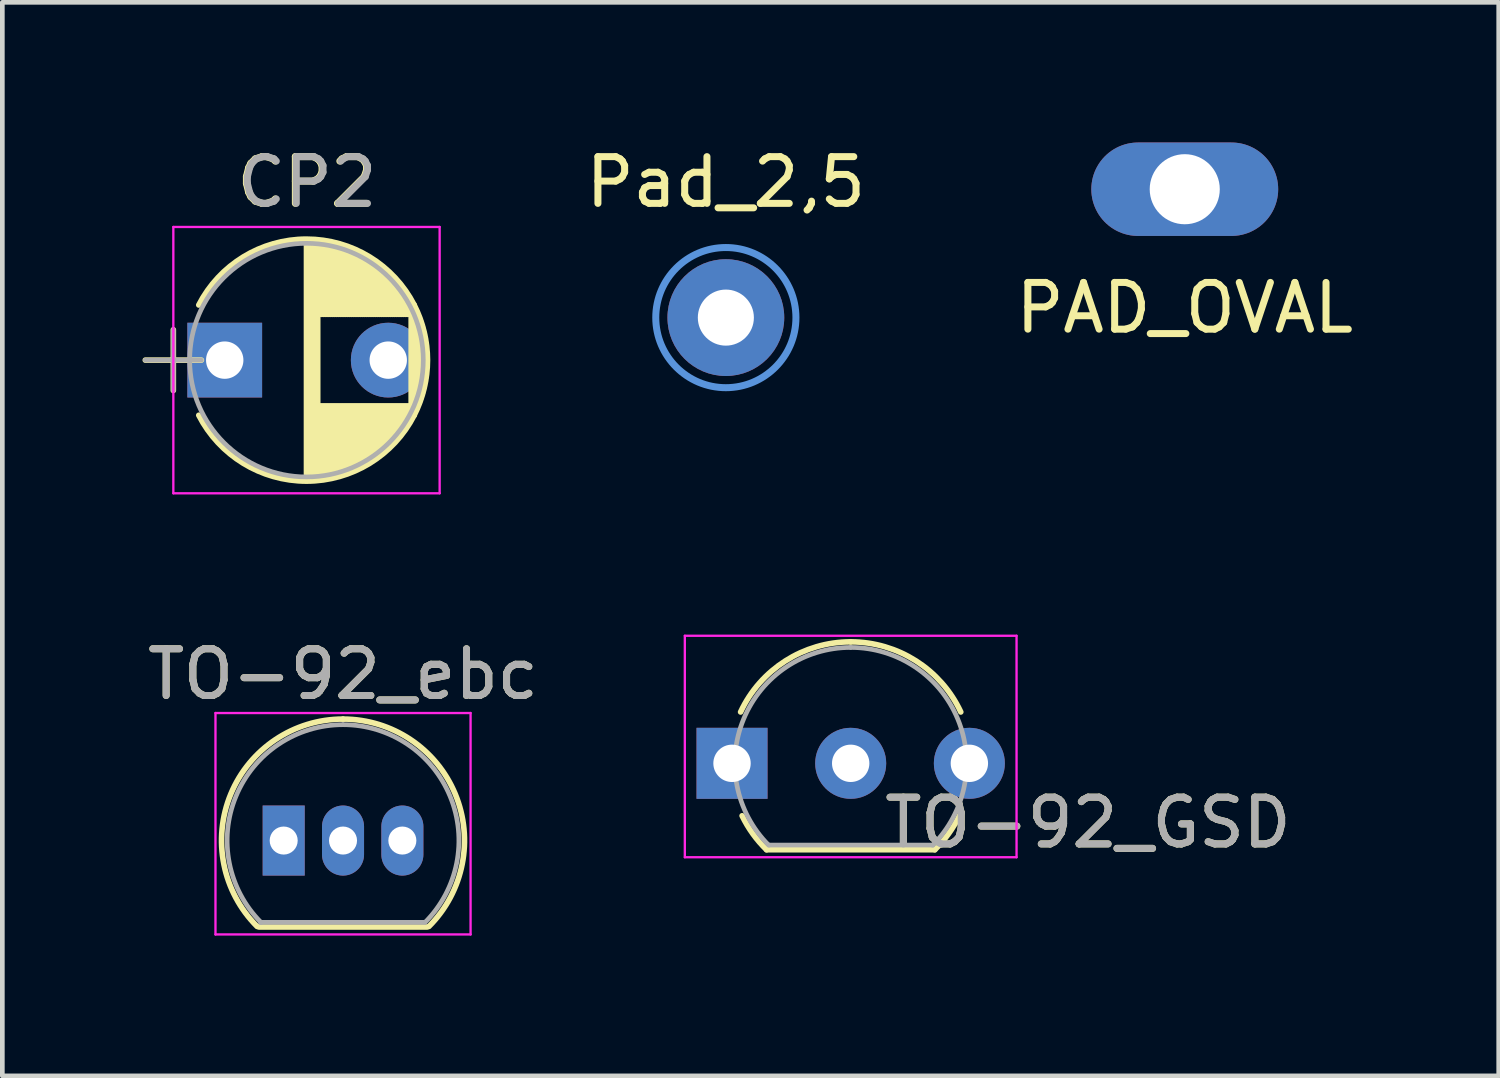
<source format=kicad_pcb>
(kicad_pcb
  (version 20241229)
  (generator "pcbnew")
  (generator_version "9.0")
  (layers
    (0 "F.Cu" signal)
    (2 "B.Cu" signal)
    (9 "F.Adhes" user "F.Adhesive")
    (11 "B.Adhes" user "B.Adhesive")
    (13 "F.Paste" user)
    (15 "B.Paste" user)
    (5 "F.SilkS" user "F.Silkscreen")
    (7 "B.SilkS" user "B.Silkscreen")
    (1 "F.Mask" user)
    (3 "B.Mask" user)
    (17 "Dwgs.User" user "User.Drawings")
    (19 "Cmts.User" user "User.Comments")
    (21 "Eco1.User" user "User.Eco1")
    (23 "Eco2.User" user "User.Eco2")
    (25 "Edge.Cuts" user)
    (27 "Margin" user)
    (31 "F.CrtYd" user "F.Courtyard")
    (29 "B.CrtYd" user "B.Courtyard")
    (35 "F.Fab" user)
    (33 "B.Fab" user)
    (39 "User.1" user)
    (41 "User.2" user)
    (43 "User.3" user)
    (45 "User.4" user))
  (footprint "PAD_OVAL"
    (layer "F.Cu")
    (at 22.308 1)
    (property "Reference" "PAD_OVAL" (at 0 2.54 0) (layer "F.SilkS") (effects (font (size 1 1) (thickness 0.15))))
    (attr through_hole)
    (pad "1" thru_hole oval (at 0 0) (size 4 2) (drill 1.5) (layers "*.Cu" "*.Mask")))
  (footprint "TO-92_ebc"
    (layer "F.Cu")
    (at 3.022 14.941)
    (property "Reference" "TO-92_ebc" (at 1.27 -3.56 0) (layer "F.SilkS") (effects (font (size 1 1) (thickness 0.15))))
    (attr through_hole)
    (fp_line (start -0.53 1.85) (end 3.07 1.85) (stroke (width 0.12) (type solid)) (layer "F.SilkS"))
    (fp_arc (start -0.568478 1.838478) (mid -1.132087 -0.994977) (end 1.27 -2.6) (stroke (width 0.12) (type solid)) (layer "F.SilkS"))
    (fp_arc (start 1.27 -2.6) (mid 3.672087 -0.994977) (end 3.108478 1.838478) (stroke (width 0.12) (type solid)) (layer "F.SilkS"))
    (fp_line (start -1.46 -2.73) (end -1.46 2.01) (stroke (width 0.05) (type solid)) (layer "F.CrtYd"))
    (fp_line (start -1.46 -2.73) (end 4 -2.73) (stroke (width 0.05) (type solid)) (layer "F.CrtYd"))
    (fp_line (start 4 2.01) (end -1.46 2.01) (stroke (width 0.05) (type solid)) (layer "F.CrtYd"))
    (fp_line (start 4 2.01) (end 4 -2.73) (stroke (width 0.05) (type solid)) (layer "F.CrtYd"))
    (fp_line (start -0.5 1.75) (end 3 1.75) (stroke (width 0.1) (type solid)) (layer "F.Fab"))
    (fp_arc (start -0.483625 1.753625) (mid -1.021221 -0.949055) (end 1.27 -2.48) (stroke (width 0.1) (type solid)) (layer "F.Fab"))
    (fp_arc (start 1.27 -2.48) (mid 3.561221 -0.949055) (end 3.023625 1.753625) (stroke (width 0.1) (type solid)) (layer "F.Fab"))
    (fp_text user "${REFERENCE}" (at 1.27 -3.56 0) (layer "F.Fab") (effects (font (size 1 1) (thickness 0.15))))
    (pad "1" thru_hole oval (at 1.27 0 180) (size 0.9 1.5) (drill 0.6) (layers "*.Cu" "*.Mask"))
    (pad "2" thru_hole oval (at 2.54 0 180) (size 0.9 1.5) (drill 0.6) (layers "*.Cu" "*.Mask"))
    (pad "3" thru_hole rect (at 0 0 180) (size 0.9 1.5) (drill 0.6) (layers "*.Cu" "*.Mask")))
  (footprint "TO-92_GSD"
    (layer "F.Cu")
    (at 12.618 13.288)
    (property "Reference" "TO-92_GSD" (at 7.62 1.27 180) (layer "F.SilkS") (effects (font (size 1 1) (thickness 0.15))))
    (attr through_hole)
    (fp_line (start 0.74 1.85) (end 4.34 1.85) (stroke (width 0.12) (type solid)) (layer "F.SilkS"))
    (fp_arc (start 0.1836 -1.098807) (mid 1.143021 -2.192817) (end 2.54 -2.6) (stroke (width 0.12) (type solid)) (layer "F.SilkS"))
    (fp_arc (start 0.74 1.85) (mid 0.446097 1.509328) (end 0.215816 1.122795) (stroke (width 0.12) (type solid)) (layer "F.SilkS"))
    (fp_arc (start 2.54 -2.6) (mid 3.936979 -2.192818) (end 4.8964 -1.098807) (stroke (width 0.12) (type solid)) (layer "F.SilkS"))
    (fp_arc (start 4.864184 1.122795) (mid 4.633903 1.509328) (end 4.34 1.85) (stroke (width 0.12) (type solid)) (layer "F.SilkS"))
    (fp_line (start -1.01 -2.73) (end -1.01 2.01) (stroke (width 0.05) (type solid)) (layer "F.CrtYd"))
    (fp_line (start -1.01 -2.73) (end 6.09 -2.73) (stroke (width 0.05) (type solid)) (layer "F.CrtYd"))
    (fp_line (start 6.09 2.01) (end -1.01 2.01) (stroke (width 0.05) (type solid)) (layer "F.CrtYd"))
    (fp_line (start 6.09 2.01) (end 6.09 -2.73) (stroke (width 0.05) (type solid)) (layer "F.CrtYd"))
    (fp_line (start 0.8 1.75) (end 4.3 1.75) (stroke (width 0.1) (type solid)) (layer "F.Fab"))
    (fp_arc (start 0.786375 1.753625) (mid 0.248779 -0.949055) (end 2.54 -2.48) (stroke (width 0.1) (type solid)) (layer "F.Fab"))
    (fp_arc (start 2.54 -2.48) (mid 4.831221 -0.949055) (end 4.293625 1.753625) (stroke (width 0.1) (type solid)) (layer "F.Fab"))
    (fp_text user "${REFERENCE}" (at 7.62 1.27 180) (layer "F.Fab") (effects (font (size 1 1) (thickness 0.15))))
    (pad "1" thru_hole rect (at 0 0 90) (size 1.52 1.52) (drill 0.8) (layers "*.Cu" "*.Mask"))
    (pad "2" thru_hole circle (at 2.54 0 90) (size 1.52 1.52) (drill 0.8) (layers "*.Cu" "*.Mask"))
    (pad "3" thru_hole circle (at 5.08 0 90) (size 1.52 1.52) (drill 0.8) (layers "*.Cu" "*.Mask")))
  (footprint "Pad_2,5"
    (layer "F.Cu")
    (at 12.486 3.748)
    (property "Reference" "Pad_2,5" (at 0 -2.9 0) (layer "F.SilkS") (effects (font (size 1 1) (thickness 0.15))))
    (attr through_hole)
    (fp_circle (center 0 0) (end 1.5 0) (stroke (width 0.15) (type solid)) (fill no) (layer "Cmts.User"))
    (pad "1" thru_hole circle (at 0 0) (size 2.5 2.5) (drill 1.2) (layers "*.Cu" "*.Mask")))
  (footprint "CP2"
    (layer "F.Cu")
    (at 2.26 4.658)
    (property "Reference" "CP2" (at 1.25 -3.81 0) (layer "F.SilkS") (effects (font (size 1 1) (thickness 0.15))))
    (attr through_hole)
    (fp_line (start -2.2 0) (end -1 0) (stroke (width 0.12) (type solid)) (layer "F.SilkS"))
    (fp_line (start -1.6 -0.65) (end -1.6 0.65) (stroke (width 0.12) (type solid)) (layer "F.SilkS"))
    (fp_line (start 1.25 -2.55) (end 1.25 2.55) (stroke (width 0.12) (type solid)) (layer "F.SilkS"))
    (fp_line (start 1.29 -2.55) (end 1.29 2.55) (stroke (width 0.12) (type solid)) (layer "F.SilkS"))
    (fp_line (start 1.33 -2.549) (end 1.33 2.549) (stroke (width 0.12) (type solid)) (layer "F.SilkS"))
    (fp_line (start 1.37 -2.548) (end 1.37 2.548) (stroke (width 0.12) (type solid)) (layer "F.SilkS"))
    (fp_line (start 1.41 -2.546) (end 1.41 2.546) (stroke (width 0.12) (type solid)) (layer "F.SilkS"))
    (fp_line (start 1.45 -2.543) (end 1.45 2.543) (stroke (width 0.12) (type solid)) (layer "F.SilkS"))
    (fp_line (start 1.49 -2.539) (end 1.49 2.539) (stroke (width 0.12) (type solid)) (layer "F.SilkS"))
    (fp_line (start 1.53 -2.535) (end 1.53 -0.98) (stroke (width 0.12) (type solid)) (layer "F.SilkS"))
    (fp_line (start 1.53 0.98) (end 1.53 2.535) (stroke (width 0.12) (type solid)) (layer "F.SilkS"))
    (fp_line (start 1.57 -2.531) (end 1.57 -0.98) (stroke (width 0.12) (type solid)) (layer "F.SilkS"))
    (fp_line (start 1.57 0.98) (end 1.57 2.531) (stroke (width 0.12) (type solid)) (layer "F.SilkS"))
    (fp_line (start 1.61 -2.525) (end 1.61 -0.98) (stroke (width 0.12) (type solid)) (layer "F.SilkS"))
    (fp_line (start 1.61 0.98) (end 1.61 2.525) (stroke (width 0.12) (type solid)) (layer "F.SilkS"))
    (fp_line (start 1.65 -2.519) (end 1.65 -0.98) (stroke (width 0.12) (type solid)) (layer "F.SilkS"))
    (fp_line (start 1.65 0.98) (end 1.65 2.519) (stroke (width 0.12) (type solid)) (layer "F.SilkS"))
    (fp_line (start 1.69 -2.513) (end 1.69 -0.98) (stroke (width 0.12) (type solid)) (layer "F.SilkS"))
    (fp_line (start 1.69 0.98) (end 1.69 2.513) (stroke (width 0.12) (type solid)) (layer "F.SilkS"))
    (fp_line (start 1.73 -2.506) (end 1.73 -0.98) (stroke (width 0.12) (type solid)) (layer "F.SilkS"))
    (fp_line (start 1.73 0.98) (end 1.73 2.506) (stroke (width 0.12) (type solid)) (layer "F.SilkS"))
    (fp_line (start 1.77 -2.498) (end 1.77 -0.98) (stroke (width 0.12) (type solid)) (layer "F.SilkS"))
    (fp_line (start 1.77 0.98) (end 1.77 2.498) (stroke (width 0.12) (type solid)) (layer "F.SilkS"))
    (fp_line (start 1.81 -2.489) (end 1.81 -0.98) (stroke (width 0.12) (type solid)) (layer "F.SilkS"))
    (fp_line (start 1.81 0.98) (end 1.81 2.489) (stroke (width 0.12) (type solid)) (layer "F.SilkS"))
    (fp_line (start 1.85 -2.48) (end 1.85 -0.98) (stroke (width 0.12) (type solid)) (layer "F.SilkS"))
    (fp_line (start 1.85 0.98) (end 1.85 2.48) (stroke (width 0.12) (type solid)) (layer "F.SilkS"))
    (fp_line (start 1.89 -2.47) (end 1.89 -0.98) (stroke (width 0.12) (type solid)) (layer "F.SilkS"))
    (fp_line (start 1.89 0.98) (end 1.89 2.47) (stroke (width 0.12) (type solid)) (layer "F.SilkS"))
    (fp_line (start 1.93 -2.46) (end 1.93 -0.98) (stroke (width 0.12) (type solid)) (layer "F.SilkS"))
    (fp_line (start 1.93 0.98) (end 1.93 2.46) (stroke (width 0.12) (type solid)) (layer "F.SilkS"))
    (fp_line (start 1.971 -2.448) (end 1.971 -0.98) (stroke (width 0.12) (type solid)) (layer "F.SilkS"))
    (fp_line (start 1.971 0.98) (end 1.971 2.448) (stroke (width 0.12) (type solid)) (layer "F.SilkS"))
    (fp_line (start 2.011 -2.436) (end 2.011 -0.98) (stroke (width 0.12) (type solid)) (layer "F.SilkS"))
    (fp_line (start 2.011 0.98) (end 2.011 2.436) (stroke (width 0.12) (type solid)) (layer "F.SilkS"))
    (fp_line (start 2.051 -2.424) (end 2.051 -0.98) (stroke (width 0.12) (type solid)) (layer "F.SilkS"))
    (fp_line (start 2.051 0.98) (end 2.051 2.424) (stroke (width 0.12) (type solid)) (layer "F.SilkS"))
    (fp_line (start 2.091 -2.41) (end 2.091 -0.98) (stroke (width 0.12) (type solid)) (layer "F.SilkS"))
    (fp_line (start 2.091 0.98) (end 2.091 2.41) (stroke (width 0.12) (type solid)) (layer "F.SilkS"))
    (fp_line (start 2.131 -2.396) (end 2.131 -0.98) (stroke (width 0.12) (type solid)) (layer "F.SilkS"))
    (fp_line (start 2.131 0.98) (end 2.131 2.396) (stroke (width 0.12) (type solid)) (layer "F.SilkS"))
    (fp_line (start 2.171 -2.382) (end 2.171 -0.98) (stroke (width 0.12) (type solid)) (layer "F.SilkS"))
    (fp_line (start 2.171 0.98) (end 2.171 2.382) (stroke (width 0.12) (type solid)) (layer "F.SilkS"))
    (fp_line (start 2.211 -2.366) (end 2.211 -0.98) (stroke (width 0.12) (type solid)) (layer "F.SilkS"))
    (fp_line (start 2.211 0.98) (end 2.211 2.366) (stroke (width 0.12) (type solid)) (layer "F.SilkS"))
    (fp_line (start 2.251 -2.35) (end 2.251 -0.98) (stroke (width 0.12) (type solid)) (layer "F.SilkS"))
    (fp_line (start 2.251 0.98) (end 2.251 2.35) (stroke (width 0.12) (type solid)) (layer "F.SilkS"))
    (fp_line (start 2.291 -2.333) (end 2.291 -0.98) (stroke (width 0.12) (type solid)) (layer "F.SilkS"))
    (fp_line (start 2.291 0.98) (end 2.291 2.333) (stroke (width 0.12) (type solid)) (layer "F.SilkS"))
    (fp_line (start 2.331 -2.315) (end 2.331 -0.98) (stroke (width 0.12) (type solid)) (layer "F.SilkS"))
    (fp_line (start 2.331 0.98) (end 2.331 2.315) (stroke (width 0.12) (type solid)) (layer "F.SilkS"))
    (fp_line (start 2.371 -2.296) (end 2.371 -0.98) (stroke (width 0.12) (type solid)) (layer "F.SilkS"))
    (fp_line (start 2.371 0.98) (end 2.371 2.296) (stroke (width 0.12) (type solid)) (layer "F.SilkS"))
    (fp_line (start 2.411 -2.276) (end 2.411 -0.98) (stroke (width 0.12) (type solid)) (layer "F.SilkS"))
    (fp_line (start 2.411 0.98) (end 2.411 2.276) (stroke (width 0.12) (type solid)) (layer "F.SilkS"))
    (fp_line (start 2.451 -2.256) (end 2.451 -0.98) (stroke (width 0.12) (type solid)) (layer "F.SilkS"))
    (fp_line (start 2.451 0.98) (end 2.451 2.256) (stroke (width 0.12) (type solid)) (layer "F.SilkS"))
    (fp_line (start 2.491 -2.234) (end 2.491 -0.98) (stroke (width 0.12) (type solid)) (layer "F.SilkS"))
    (fp_line (start 2.491 0.98) (end 2.491 2.234) (stroke (width 0.12) (type solid)) (layer "F.SilkS"))
    (fp_line (start 2.531 -2.212) (end 2.531 -0.98) (stroke (width 0.12) (type solid)) (layer "F.SilkS"))
    (fp_line (start 2.531 0.98) (end 2.531 2.212) (stroke (width 0.12) (type solid)) (layer "F.SilkS"))
    (fp_line (start 2.571 -2.189) (end 2.571 -0.98) (stroke (width 0.12) (type solid)) (layer "F.SilkS"))
    (fp_line (start 2.571 0.98) (end 2.571 2.189) (stroke (width 0.12) (type solid)) (layer "F.SilkS"))
    (fp_line (start 2.611 -2.165) (end 2.611 -0.98) (stroke (width 0.12) (type solid)) (layer "F.SilkS"))
    (fp_line (start 2.611 0.98) (end 2.611 2.165) (stroke (width 0.12) (type solid)) (layer "F.SilkS"))
    (fp_line (start 2.651 -2.14) (end 2.651 -0.98) (stroke (width 0.12) (type solid)) (layer "F.SilkS"))
    (fp_line (start 2.651 0.98) (end 2.651 2.14) (stroke (width 0.12) (type solid)) (layer "F.SilkS"))
    (fp_line (start 2.691 -2.113) (end 2.691 -0.98) (stroke (width 0.12) (type solid)) (layer "F.SilkS"))
    (fp_line (start 2.691 0.98) (end 2.691 2.113) (stroke (width 0.12) (type solid)) (layer "F.SilkS"))
    (fp_line (start 2.731 -2.086) (end 2.731 -0.98) (stroke (width 0.12) (type solid)) (layer "F.SilkS"))
    (fp_line (start 2.731 0.98) (end 2.731 2.086) (stroke (width 0.12) (type solid)) (layer "F.SilkS"))
    (fp_line (start 2.771 -2.058) (end 2.771 -0.98) (stroke (width 0.12) (type solid)) (layer "F.SilkS"))
    (fp_line (start 2.771 0.98) (end 2.771 2.058) (stroke (width 0.12) (type solid)) (layer "F.SilkS"))
    (fp_line (start 2.811 -2.028) (end 2.811 -0.98) (stroke (width 0.12) (type solid)) (layer "F.SilkS"))
    (fp_line (start 2.811 0.98) (end 2.811 2.028) (stroke (width 0.12) (type solid)) (layer "F.SilkS"))
    (fp_line (start 2.851 -1.997) (end 2.851 -0.98) (stroke (width 0.12) (type solid)) (layer "F.SilkS"))
    (fp_line (start 2.851 0.98) (end 2.851 1.997) (stroke (width 0.12) (type solid)) (layer "F.SilkS"))
    (fp_line (start 2.891 -1.965) (end 2.891 -0.98) (stroke (width 0.12) (type solid)) (layer "F.SilkS"))
    (fp_line (start 2.891 0.98) (end 2.891 1.965) (stroke (width 0.12) (type solid)) (layer "F.SilkS"))
    (fp_line (start 2.931 -1.932) (end 2.931 -0.98) (stroke (width 0.12) (type solid)) (layer "F.SilkS"))
    (fp_line (start 2.931 0.98) (end 2.931 1.932) (stroke (width 0.12) (type solid)) (layer "F.SilkS"))
    (fp_line (start 2.971 -1.897) (end 2.971 -0.98) (stroke (width 0.12) (type solid)) (layer "F.SilkS"))
    (fp_line (start 2.971 0.98) (end 2.971 1.897) (stroke (width 0.12) (type solid)) (layer "F.SilkS"))
    (fp_line (start 3.011 -1.861) (end 3.011 -0.98) (stroke (width 0.12) (type solid)) (layer "F.SilkS"))
    (fp_line (start 3.011 0.98) (end 3.011 1.861) (stroke (width 0.12) (type solid)) (layer "F.SilkS"))
    (fp_line (start 3.051 -1.823) (end 3.051 -0.98) (stroke (width 0.12) (type solid)) (layer "F.SilkS"))
    (fp_line (start 3.051 0.98) (end 3.051 1.823) (stroke (width 0.12) (type solid)) (layer "F.SilkS"))
    (fp_line (start 3.091 -1.783) (end 3.091 -0.98) (stroke (width 0.12) (type solid)) (layer "F.SilkS"))
    (fp_line (start 3.091 0.98) (end 3.091 1.783) (stroke (width 0.12) (type solid)) (layer "F.SilkS"))
    (fp_line (start 3.131 -1.742) (end 3.131 -0.98) (stroke (width 0.12) (type solid)) (layer "F.SilkS"))
    (fp_line (start 3.131 0.98) (end 3.131 1.742) (stroke (width 0.12) (type solid)) (layer "F.SilkS"))
    (fp_line (start 3.171 -1.699) (end 3.171 -0.98) (stroke (width 0.12) (type solid)) (layer "F.SilkS"))
    (fp_line (start 3.171 0.98) (end 3.171 1.699) (stroke (width 0.12) (type solid)) (layer "F.SilkS"))
    (fp_line (start 3.211 -1.654) (end 3.211 -0.98) (stroke (width 0.12) (type solid)) (layer "F.SilkS"))
    (fp_line (start 3.211 0.98) (end 3.211 1.654) (stroke (width 0.12) (type solid)) (layer "F.SilkS"))
    (fp_line (start 3.251 -1.606) (end 3.251 -0.98) (stroke (width 0.12) (type solid)) (layer "F.SilkS"))
    (fp_line (start 3.251 0.98) (end 3.251 1.606) (stroke (width 0.12) (type solid)) (layer "F.SilkS"))
    (fp_line (start 3.291 -1.556) (end 3.291 -0.98) (stroke (width 0.12) (type solid)) (layer "F.SilkS"))
    (fp_line (start 3.291 0.98) (end 3.291 1.556) (stroke (width 0.12) (type solid)) (layer "F.SilkS"))
    (fp_line (start 3.331 -1.504) (end 3.331 -0.98) (stroke (width 0.12) (type solid)) (layer "F.SilkS"))
    (fp_line (start 3.331 0.98) (end 3.331 1.504) (stroke (width 0.12) (type solid)) (layer "F.SilkS"))
    (fp_line (start 3.371 -1.448) (end 3.371 -0.98) (stroke (width 0.12) (type solid)) (layer "F.SilkS"))
    (fp_line (start 3.371 0.98) (end 3.371 1.448) (stroke (width 0.12) (type solid)) (layer "F.SilkS"))
    (fp_line (start 3.411 -1.39) (end 3.411 -0.98) (stroke (width 0.12) (type solid)) (layer "F.SilkS"))
    (fp_line (start 3.411 0.98) (end 3.411 1.39) (stroke (width 0.12) (type solid)) (layer "F.SilkS"))
    (fp_line (start 3.451 -1.327) (end 3.451 -0.98) (stroke (width 0.12) (type solid)) (layer "F.SilkS"))
    (fp_line (start 3.451 0.98) (end 3.451 1.327) (stroke (width 0.12) (type solid)) (layer "F.SilkS"))
    (fp_line (start 3.491 -1.261) (end 3.491 1.261) (stroke (width 0.12) (type solid)) (layer "F.SilkS"))
    (fp_line (start 3.531 -1.189) (end 3.531 1.189) (stroke (width 0.12) (type solid)) (layer "F.SilkS"))
    (fp_line (start 3.571 -1.112) (end 3.571 1.112) (stroke (width 0.12) (type solid)) (layer "F.SilkS"))
    (fp_line (start 3.611 -1.028) (end 3.611 1.028) (stroke (width 0.12) (type solid)) (layer "F.SilkS"))
    (fp_line (start 3.651 -0.934) (end 3.651 0.934) (stroke (width 0.12) (type solid)) (layer "F.SilkS"))
    (fp_line (start 3.691 -0.829) (end 3.691 0.829) (stroke (width 0.12) (type solid)) (layer "F.SilkS"))
    (fp_line (start 3.731 -0.707) (end 3.731 0.707) (stroke (width 0.12) (type solid)) (layer "F.SilkS"))
    (fp_line (start 3.771 -0.559) (end 3.771 0.559) (stroke (width 0.12) (type solid)) (layer "F.SilkS"))
    (fp_line (start 3.811 -0.354) (end 3.811 0.354) (stroke (width 0.12) (type solid)) (layer "F.SilkS"))
    (fp_arc (start -1.05558 -1.18) (mid 1.250156 -2.59) (end 3.555722 -1.179722) (stroke (width 0.12) (type solid)) (layer "F.SilkS"))
    (fp_arc (start 3.55558 -1.18) (mid 3.84 -0.000156) (end 3.555722 1.179722) (stroke (width 0.12) (type solid)) (layer "F.SilkS"))
    (fp_arc (start 3.555722 1.179722) (mid 1.250156 2.59) (end -1.05558 1.18) (stroke (width 0.12) (type solid)) (layer "F.SilkS"))
    (fp_line (start -1.6 -2.85) (end -1.6 2.85) (stroke (width 0.05) (type solid)) (layer "F.CrtYd"))
    (fp_line (start -1.6 2.85) (end 4.1 2.85) (stroke (width 0.05) (type solid)) (layer "F.CrtYd"))
    (fp_line (start 4.1 -2.85) (end -1.6 -2.85) (stroke (width 0.05) (type solid)) (layer "F.CrtYd"))
    (fp_line (start 4.1 2.85) (end 4.1 -2.85) (stroke (width 0.05) (type solid)) (layer "F.CrtYd"))
    (fp_line (start -2.2 0) (end -1 0) (stroke (width 0.1) (type solid)) (layer "F.Fab"))
    (fp_line (start -1.6 -0.65) (end -1.6 0.65) (stroke (width 0.1) (type solid)) (layer "F.Fab"))
    (fp_circle (center 1.25 0) (end 3.75 0) (stroke (width 0.1) (type solid)) (fill no) (layer "F.Fab"))
    (fp_text user "${REFERENCE}" (at 1.27 -3.81 0) (layer "F.Fab") (effects (font (size 1 1) (thickness 0.15))))
    (pad "1" thru_hole rect (at -0.5 0) (size 1.6 1.6) (drill 0.8) (layers "*.Cu" "*.Mask"))
    (pad "2" thru_hole circle (at 3 0) (size 1.6 1.6) (drill 0.8) (layers "*.Cu" "*.Mask")))
  (gr_rect
    (start -3 -3)
    (end 29.028 19.977)
    (stroke (width 0.1) (type default))
    (fill no)
    (layer "Edge.Cuts")))
</source>
